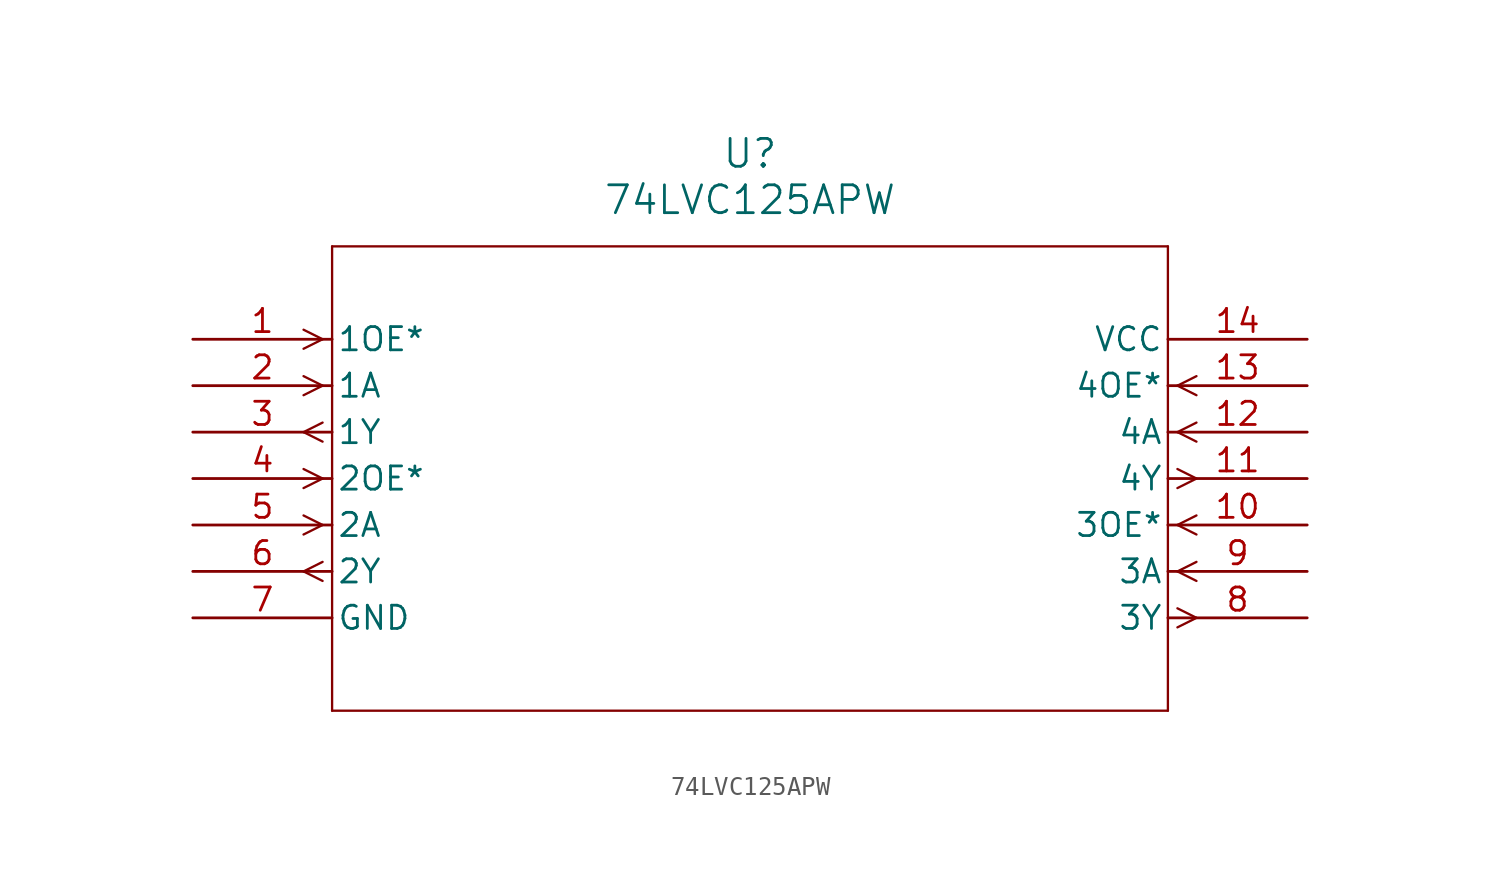
<source format=kicad_sym>
(kicad_symbol_lib
  (version 20211014)
  (generator kicad_symbol_editor)
  (symbol "74LVC125APW"
    (pin_names
      (offset 0.254))
    (property "Reference" "U"
      (at 30.48 10.16 0)
      (effects (font (size 1.524 1.524))))
    (property "Value" "74LVC125APW"
      (at 30.48 7.62 0)
      (effects (font (size 1.524 1.524))))
    (polyline
      (pts (xy 7.099 0) (xy 6.058 0.521))
      (stroke (width 0.127) (type default) (color 0 0 0 0))
      (fill (type none)))
    (polyline
      (pts (xy 7.099 0) (xy 6.058 -0.521))
      (stroke (width 0.127) (type default) (color 0 0 0 0))
      (fill (type none)))
    (polyline
      (pts (xy 7.099 -2.54) (xy 6.058 -2.019))
      (stroke (width 0.127) (type default) (color 0 0 0 0))
      (fill (type none)))
    (polyline
      (pts (xy 7.099 -2.54) (xy 6.058 -3.061))
      (stroke (width 0.127) (type default) (color 0 0 0 0))
      (fill (type none)))
    (polyline
      (pts (xy 7.099 -4.559) (xy 6.058 -5.08))
      (stroke (width 0.127) (type default) (color 0 0 0 0))
      (fill (type none)))
    (polyline
      (pts (xy 7.099 -5.601) (xy 6.058 -5.08))
      (stroke (width 0.127) (type default) (color 0 0 0 0))
      (fill (type none)))
    (polyline
      (pts (xy 7.099 -7.62) (xy 6.058 -7.099))
      (stroke (width 0.127) (type default) (color 0 0 0 0))
      (fill (type none)))
    (polyline
      (pts (xy 7.099 -7.62) (xy 6.058 -8.141))
      (stroke (width 0.127) (type default) (color 0 0 0 0))
      (fill (type none)))
    (polyline
      (pts (xy 7.099 -10.16) (xy 6.058 -9.639))
      (stroke (width 0.127) (type default) (color 0 0 0 0))
      (fill (type none)))
    (polyline
      (pts (xy 7.099 -10.16) (xy 6.058 -10.681))
      (stroke (width 0.127) (type default) (color 0 0 0 0))
      (fill (type none)))
    (polyline
      (pts (xy 7.099 -12.179) (xy 6.058 -12.7))
      (stroke (width 0.127) (type default) (color 0 0 0 0))
      (fill (type none)))
    (polyline
      (pts (xy 7.099 -13.221) (xy 6.058 -12.7))
      (stroke (width 0.127) (type default) (color 0 0 0 0))
      (fill (type none)))
    (polyline
      (pts (xy 53.861 -14.719) (xy 54.902 -15.24))
      (stroke (width 0.127) (type default) (color 0 0 0 0))
      (fill (type none)))
    (polyline
      (pts (xy 53.861 -15.761) (xy 54.902 -15.24))
      (stroke (width 0.127) (type default) (color 0 0 0 0))
      (fill (type none)))
    (polyline
      (pts (xy 53.861 -12.7) (xy 54.902 -12.179))
      (stroke (width 0.127) (type default) (color 0 0 0 0))
      (fill (type none)))
    (polyline
      (pts (xy 53.861 -12.7) (xy 54.902 -13.221))
      (stroke (width 0.127) (type default) (color 0 0 0 0))
      (fill (type none)))
    (polyline
      (pts (xy 53.861 -10.16) (xy 54.902 -9.639))
      (stroke (width 0.127) (type default) (color 0 0 0 0))
      (fill (type none)))
    (polyline
      (pts (xy 53.861 -10.16) (xy 54.902 -10.681))
      (stroke (width 0.127) (type default) (color 0 0 0 0))
      (fill (type none)))
    (polyline
      (pts (xy 53.861 -7.099) (xy 54.902 -7.62))
      (stroke (width 0.127) (type default) (color 0 0 0 0))
      (fill (type none)))
    (polyline
      (pts (xy 53.861 -8.141) (xy 54.902 -7.62))
      (stroke (width 0.127) (type default) (color 0 0 0 0))
      (fill (type none)))
    (polyline
      (pts (xy 53.861 -5.08) (xy 54.902 -4.559))
      (stroke (width 0.127) (type default) (color 0 0 0 0))
      (fill (type none)))
    (polyline
      (pts (xy 53.861 -5.08) (xy 54.902 -5.601))
      (stroke (width 0.127) (type default) (color 0 0 0 0))
      (fill (type none)))
    (polyline
      (pts (xy 53.861 -2.54) (xy 54.902 -2.019))
      (stroke (width 0.127) (type default) (color 0 0 0 0))
      (fill (type none)))
    (polyline
      (pts (xy 53.861 -2.54) (xy 54.902 -3.061))
      (stroke (width 0.127) (type default) (color 0 0 0 0))
      (fill (type none)))
    (polyline
      (pts (xy 7.62 5.08) (xy 7.62 -20.32))
      (stroke (width 0.127) (type default) (color 0 0 0 0))
      (fill (type none)))
    (polyline
      (pts (xy 7.62 -20.32) (xy 53.34 -20.32))
      (stroke (width 0.127) (type default) (color 0 0 0 0))
      (fill (type none)))
    (polyline
      (pts (xy 53.34 -20.32) (xy 53.34 5.08))
      (stroke (width 0.127) (type default) (color 0 0 0 0))
      (fill (type none)))
    (polyline
      (pts (xy 53.34 5.08) (xy 7.62 5.08))
      (stroke (width 0.127) (type default) (color 0 0 0 0))
      (fill (type none)))
    (pin input line
      (at 0 0 0)
      (length 7.62)
      (name "1OE*" (effects (font (size 1.27 1.27))))
      (number "1" (effects (font (size 1.27 1.27)))))
    (pin input line
      (at 0 -2.54 0)
      (length 7.62)
      (name "1A" (effects (font (size 1.27 1.27))))
      (number "2" (effects (font (size 1.27 1.27)))))
    (pin output line
      (at 0 -5.08 0)
      (length 7.62)
      (name "1Y" (effects (font (size 1.27 1.27))))
      (number "3" (effects (font (size 1.27 1.27)))))
    (pin input line
      (at 0 -7.62 0)
      (length 7.62)
      (name "2OE*" (effects (font (size 1.27 1.27))))
      (number "4" (effects (font (size 1.27 1.27)))))
    (pin input line
      (at 0 -10.16 0)
      (length 7.62)
      (name "2A" (effects (font (size 1.27 1.27))))
      (number "5" (effects (font (size 1.27 1.27)))))
    (pin output line
      (at 0 -12.7 0)
      (length 7.62)
      (name "2Y" (effects (font (size 1.27 1.27))))
      (number "6" (effects (font (size 1.27 1.27)))))
    (pin power_in line
      (at 0 -15.24 0)
      (length 7.62)
      (name "GND" (effects (font (size 1.27 1.27))))
      (number "7" (effects (font (size 1.27 1.27)))))
    (pin output line
      (at 60.96 -15.24 180)
      (length 7.62)
      (name "3Y" (effects (font (size 1.27 1.27))))
      (number "8" (effects (font (size 1.27 1.27)))))
    (pin input line
      (at 60.96 -12.7 180)
      (length 7.62)
      (name "3A" (effects (font (size 1.27 1.27))))
      (number "9" (effects (font (size 1.27 1.27)))))
    (pin input line
      (at 60.96 -10.16 180)
      (length 7.62)
      (name "3OE*" (effects (font (size 1.27 1.27))))
      (number "10" (effects (font (size 1.27 1.27)))))
    (pin output line
      (at 60.96 -7.62 180)
      (length 7.62)
      (name "4Y" (effects (font (size 1.27 1.27))))
      (number "11" (effects (font (size 1.27 1.27)))))
    (pin input line
      (at 60.96 -5.08 180)
      (length 7.62)
      (name "4A" (effects (font (size 1.27 1.27))))
      (number "12" (effects (font (size 1.27 1.27)))))
    (pin input line
      (at 60.96 -2.54 180)
      (length 7.62)
      (name "4OE*" (effects (font (size 1.27 1.27))))
      (number "13" (effects (font (size 1.27 1.27)))))
    (pin power_in line
      (at 60.96 0 180)
      (length 7.62)
      (name "VCC" (effects (font (size 1.27 1.27))))
      (number "14" (effects (font (size 1.27 1.27)))))))
</source>
